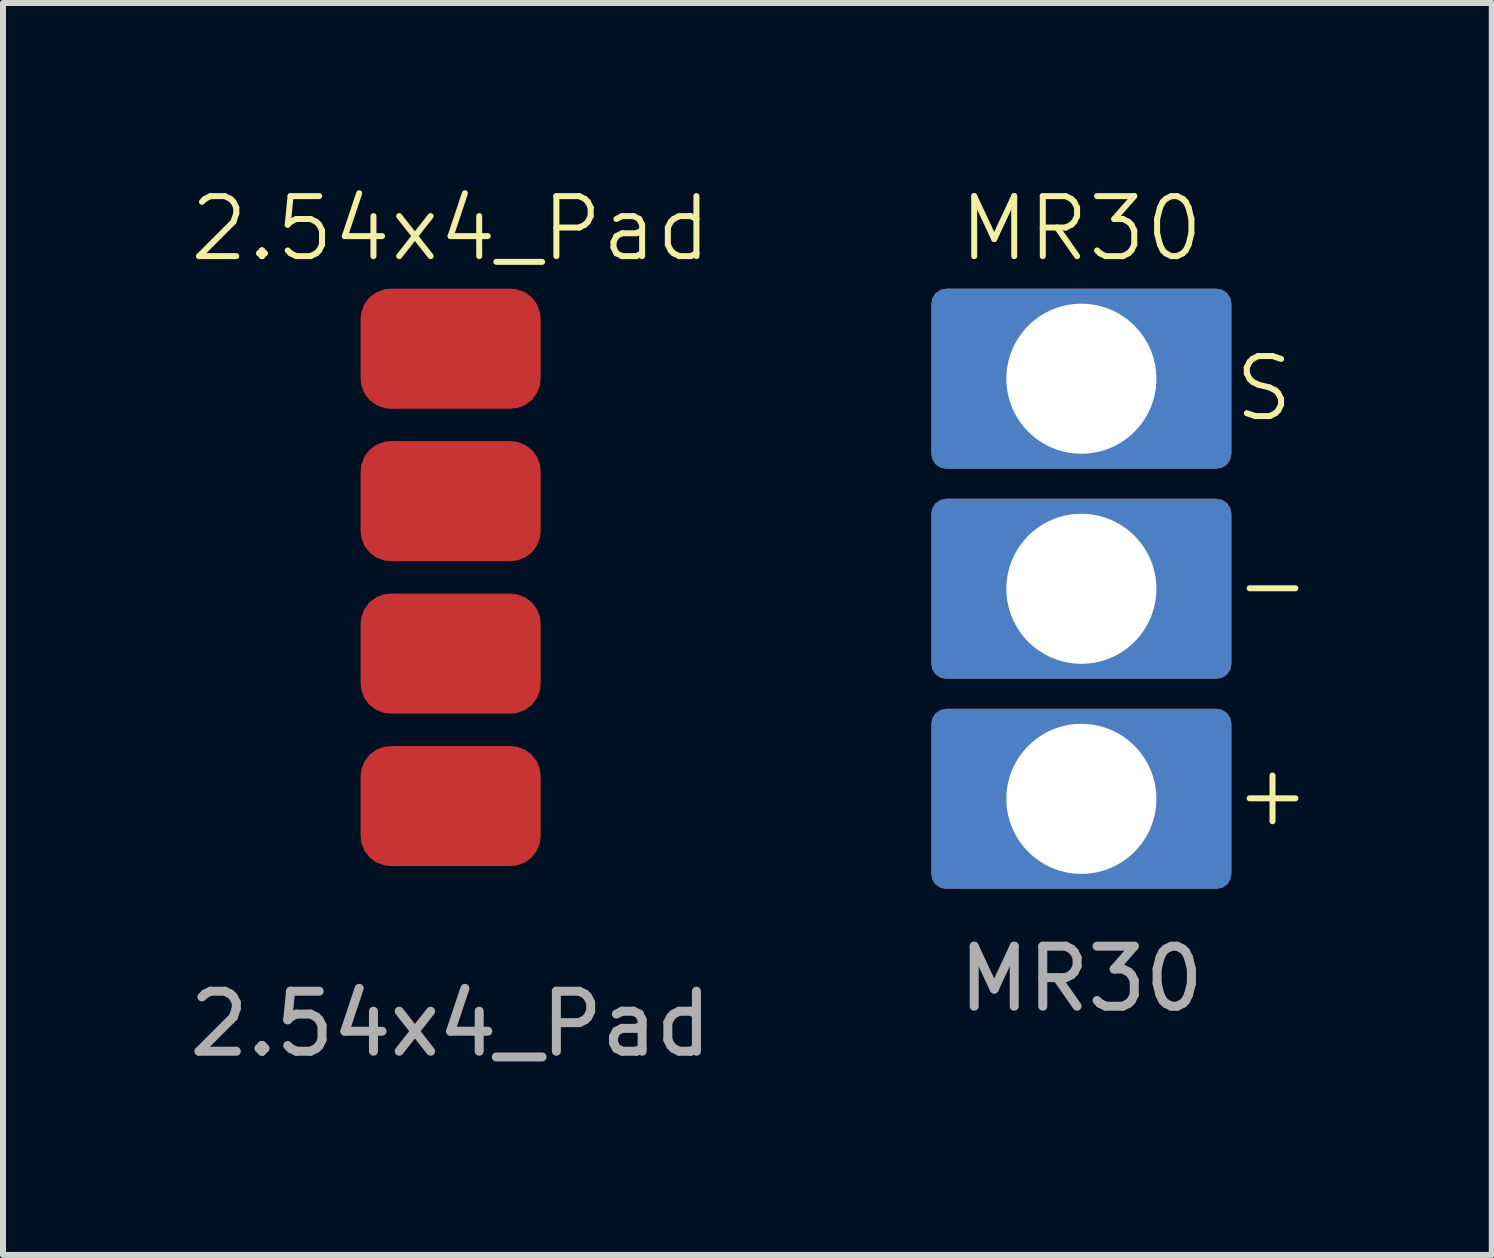
<source format=kicad_pcb>
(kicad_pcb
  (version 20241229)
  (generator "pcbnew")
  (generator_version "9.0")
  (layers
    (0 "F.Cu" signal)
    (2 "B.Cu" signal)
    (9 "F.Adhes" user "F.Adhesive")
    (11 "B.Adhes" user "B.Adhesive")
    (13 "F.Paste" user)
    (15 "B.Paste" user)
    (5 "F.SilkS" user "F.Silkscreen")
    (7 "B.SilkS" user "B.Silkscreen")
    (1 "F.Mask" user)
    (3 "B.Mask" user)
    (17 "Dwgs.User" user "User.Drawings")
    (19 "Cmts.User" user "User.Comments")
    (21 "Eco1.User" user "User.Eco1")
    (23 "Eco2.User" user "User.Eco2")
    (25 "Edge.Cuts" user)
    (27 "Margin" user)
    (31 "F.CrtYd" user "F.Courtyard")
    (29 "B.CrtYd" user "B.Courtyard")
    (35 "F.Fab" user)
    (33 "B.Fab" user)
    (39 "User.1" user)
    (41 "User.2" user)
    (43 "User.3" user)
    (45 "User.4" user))
  (footprint "MR30"
    (layer "F.Cu")
    (at 14.967 3.26)
    (property "Reference" "MR30" (at 0 -2.5 0) (unlocked yes) (layer "F.SilkS") (effects (font (size 1 1) (thickness 0.1))))
    (attr smd)
    (fp_line (start -3 7) (end -3 0) (stroke (width 0.1) (type default)) (layer "Margin"))
    (fp_line (start 3 0) (end 3 7) (stroke (width 0.1) (type default)) (layer "Margin"))
    (fp_arc (start -3 0) (mid 0 -3) (end 3 0) (stroke (width 0.1) (type default)) (layer "Margin"))
    (fp_arc (start 3 7) (mid 0 10) (end -3 7) (stroke (width 0.1) (type default)) (layer "Margin"))
    (fp_text user "S" (at 2.5 0.75 0) (unlocked yes) (layer "F.SilkS") (effects (font (size 1 1) (thickness 0.1)) (justify left bottom)))
    (fp_text user "+" (at 2.5 7.5 0) (unlocked yes) (layer "F.SilkS") (effects (font (size 1 1) (thickness 0.1)) (justify left bottom)))
    (fp_text user "-" (at 2.5 4 0) (unlocked yes) (layer "F.SilkS") (effects (font (size 1 1) (thickness 0.1)) (justify left bottom)))
    (fp_text user "${REFERENCE}" (at 0 10 0) (unlocked yes) (layer "F.Fab") (effects (font (size 1 1) (thickness 0.15))))
    (pad "1" thru_hole roundrect (at 0 0) (size 5 3) (drill 2.5) (layers "*.Cu" "*.Mask") (roundrect_rratio 0.083))
    (pad "2" thru_hole roundrect (at 0 3.5) (size 5 3) (drill 2.5) (layers "*.Cu" "*.Mask") (roundrect_rratio 0.083))
    (pad "3" thru_hole roundrect (at 0 7) (size 5 3) (drill 2.5) (layers "*.Cu" "*.Mask") (roundrect_rratio 0.083)))
  (footprint "2.54x4_Pad"
    (layer "F.Cu")
    (at 4.458 2.76)
    (property "Reference" "2.54x4_Pad" (at 0 -2 0) (unlocked yes) (layer "F.SilkS") (effects (font (size 1 1) (thickness 0.1))))
    (attr smd)
    (fp_text user "${REFERENCE}" (at 0 11.25 0) (unlocked yes) (layer "F.Fab") (effects (font (size 1 1) (thickness 0.15))))
    (pad "1" smd roundrect (at 0 0) (size 3 2) (layers "F.Cu" "F.Mask" "F.Paste") (roundrect_rratio 0.25))
    (pad "2" smd roundrect (at 0 2.54) (size 3 2) (layers "F.Cu" "F.Mask" "F.Paste") (roundrect_rratio 0.25))
    (pad "3" smd roundrect (at 0 7.62) (size 3 2) (layers "F.Cu" "F.Mask" "F.Paste") (roundrect_rratio 0.25))
    (pad "4" smd roundrect (at 0 5.08) (size 3 2) (layers "F.Cu" "F.Mask" "F.Paste") (roundrect_rratio 0.25)))
  (gr_rect
    (start -3 -3)
    (end 21.805 17.859)
    (stroke (width 0.1) (type default))
    (fill no)
    (layer "Edge.Cuts")))
</source>
